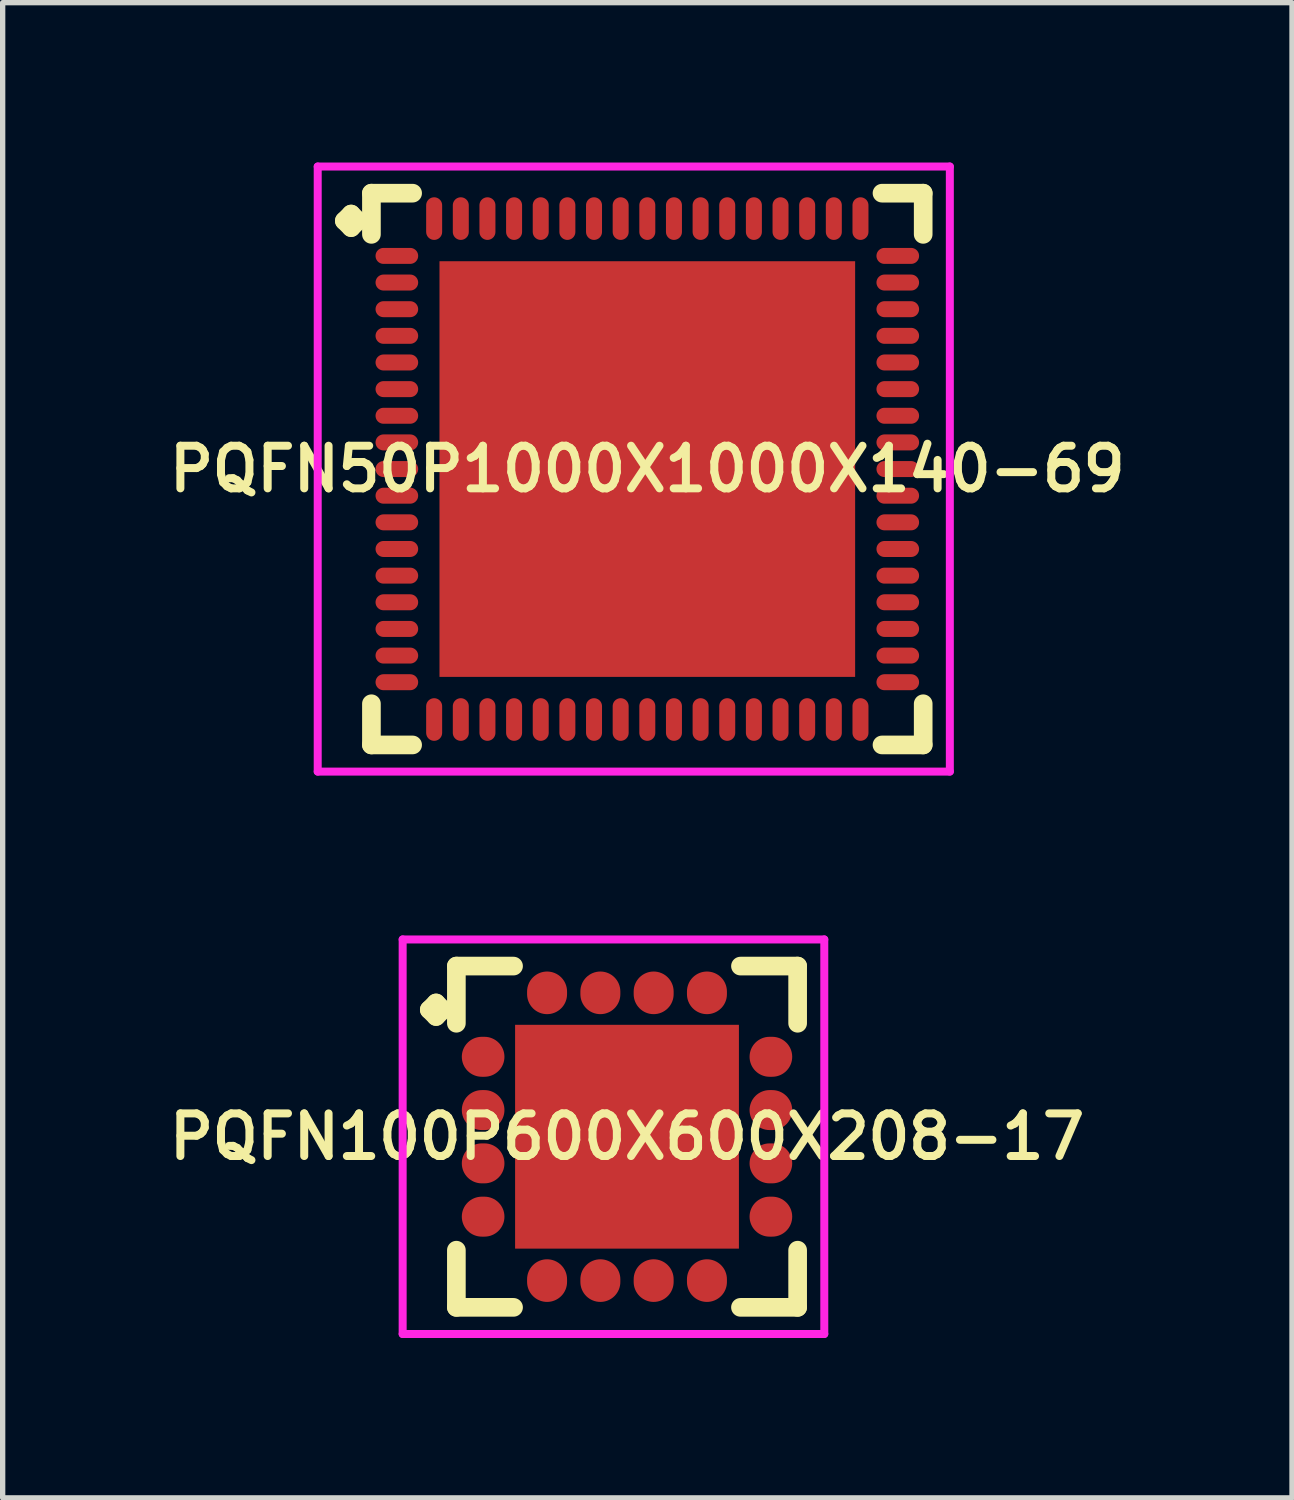
<source format=kicad_pcb>
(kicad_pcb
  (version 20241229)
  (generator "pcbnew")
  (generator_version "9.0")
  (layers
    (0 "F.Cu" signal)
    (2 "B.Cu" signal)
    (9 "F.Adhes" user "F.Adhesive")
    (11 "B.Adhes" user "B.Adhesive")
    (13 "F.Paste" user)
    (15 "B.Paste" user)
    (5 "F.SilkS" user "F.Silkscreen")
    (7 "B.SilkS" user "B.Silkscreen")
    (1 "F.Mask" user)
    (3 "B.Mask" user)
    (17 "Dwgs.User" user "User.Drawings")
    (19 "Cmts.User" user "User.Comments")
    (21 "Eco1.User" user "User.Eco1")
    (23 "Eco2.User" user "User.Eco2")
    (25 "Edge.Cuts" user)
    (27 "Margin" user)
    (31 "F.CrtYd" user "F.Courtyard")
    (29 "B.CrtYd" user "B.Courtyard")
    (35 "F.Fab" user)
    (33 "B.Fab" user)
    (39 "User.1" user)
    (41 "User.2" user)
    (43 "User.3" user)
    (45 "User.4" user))
  (footprint "PQFN100P600X600X208-17"
    (layer "F.Cu")
    (at 8.716 18.281)
    (property "Reference" "PQFN100P600X600X208-17" (at 0 0 0) (layer "F.SilkS") (effects (font (size 0.8 0.8) (thickness 0.15))))
    (attr smd)
    (fp_line (start -3.71 -2.383) (end -3.583 -2.51) (stroke (width 0.35) (type solid)) (layer "F.SilkS"))
    (fp_line (start -3.583 -2.51) (end -3.456 -2.383) (stroke (width 0.35) (type solid)) (layer "F.SilkS"))
    (fp_line (start -3.583 -2.256) (end -3.71 -2.383) (stroke (width 0.35) (type solid)) (layer "F.SilkS"))
    (fp_line (start -3.456 -2.383) (end -3.583 -2.256) (stroke (width 0.35) (type solid)) (layer "F.SilkS"))
    (fp_line (start -3.202 -3.202) (end -2.129 -3.202) (stroke (width 0.35) (type solid)) (layer "F.SilkS"))
    (fp_line (start -3.202 -2.129) (end -3.202 -3.202) (stroke (width 0.35) (type solid)) (layer "F.SilkS"))
    (fp_line (start -3.202 2.129) (end -3.202 3.202) (stroke (width 0.35) (type solid)) (layer "F.SilkS"))
    (fp_line (start -3.202 3.202) (end -2.129 3.202) (stroke (width 0.35) (type solid)) (layer "F.SilkS"))
    (fp_line (start 2.129 -3.202) (end 3.202 -3.202) (stroke (width 0.35) (type solid)) (layer "F.SilkS"))
    (fp_line (start 2.129 3.202) (end 3.202 3.202) (stroke (width 0.35) (type solid)) (layer "F.SilkS"))
    (fp_line (start 3.202 -3.202) (end 3.202 -2.129) (stroke (width 0.35) (type solid)) (layer "F.SilkS"))
    (fp_line (start 3.202 3.202) (end 3.202 2.129) (stroke (width 0.35) (type solid)) (layer "F.SilkS"))
    (fp_line (start -4.21 -3.702) (end 3.702 -3.702) (stroke (width 0.15) (type solid)) (layer "F.CrtYd"))
    (fp_line (start -4.21 3.702) (end -4.21 -3.702) (stroke (width 0.15) (type solid)) (layer "F.CrtYd"))
    (fp_line (start 3.702 -3.702) (end 3.702 3.702) (stroke (width 0.15) (type solid)) (layer "F.CrtYd"))
    (fp_line (start 3.702 3.702) (end -4.21 3.702) (stroke (width 0.15) (type solid)) (layer "F.CrtYd"))
    (pad "1" smd oval (at -2.7 -1.5) (size 0.8 0.75) (layers "F.Cu" "F.Mask" "F.Paste"))
    (pad "2" smd oval (at -2.7 -0.5) (size 0.8 0.75) (layers "F.Cu" "F.Mask" "F.Paste"))
    (pad "3" smd oval (at -2.7 0.5) (size 0.8 0.75) (layers "F.Cu" "F.Mask" "F.Paste"))
    (pad "4" smd oval (at -2.7 1.5) (size 0.8 0.75) (layers "F.Cu" "F.Mask" "F.Paste"))
    (pad "5" smd oval (at -1.5 2.7) (size 0.75 0.8) (layers "F.Cu" "F.Mask" "F.Paste"))
    (pad "6" smd oval (at -0.5 2.7) (size 0.75 0.8) (layers "F.Cu" "F.Mask" "F.Paste"))
    (pad "7" smd oval (at 0.5 2.7) (size 0.75 0.8) (layers "F.Cu" "F.Mask" "F.Paste"))
    (pad "8" smd oval (at 1.5 2.7) (size 0.75 0.8) (layers "F.Cu" "F.Mask" "F.Paste"))
    (pad "9" smd oval (at 2.7 1.5) (size 0.8 0.75) (layers "F.Cu" "F.Mask" "F.Paste"))
    (pad "10" smd oval (at 2.7 0.5) (size 0.8 0.75) (layers "F.Cu" "F.Mask" "F.Paste"))
    (pad "11" smd oval (at 2.7 -0.5) (size 0.8 0.75) (layers "F.Cu" "F.Mask" "F.Paste"))
    (pad "12" smd oval (at 2.7 -1.5) (size 0.8 0.75) (layers "F.Cu" "F.Mask" "F.Paste"))
    (pad "13" smd oval (at 1.5 -2.7) (size 0.75 0.8) (layers "F.Cu" "F.Mask" "F.Paste"))
    (pad "14" smd oval (at 0.5 -2.7) (size 0.75 0.8) (layers "F.Cu" "F.Mask" "F.Paste"))
    (pad "15" smd oval (at -0.5 -2.7) (size 0.75 0.8) (layers "F.Cu" "F.Mask" "F.Paste"))
    (pad "16" smd oval (at -1.5 -2.7) (size 0.75 0.8) (layers "F.Cu" "F.Mask" "F.Paste"))
    (pad "17" smd rect (at 0 0) (size 4.2 4.2) (layers "F.Cu" "F.Mask" "F.Paste")))
  (footprint "PQFN50P1000X1000X140-69"
    (layer "F.Cu")
    (at 9.097 5.752)
    (property "Reference" "PQFN50P1000X1000X140-69" (at 0 0 0) (layer "F.SilkS") (effects (font (size 0.8 0.8) (thickness 0.15))))
    (attr smd)
    (fp_line (start -5.685 -4.658) (end -5.558 -4.785) (stroke (width 0.35) (type solid)) (layer "F.SilkS"))
    (fp_line (start -5.558 -4.785) (end -5.431 -4.658) (stroke (width 0.35) (type solid)) (layer "F.SilkS"))
    (fp_line (start -5.558 -4.531) (end -5.685 -4.658) (stroke (width 0.35) (type solid)) (layer "F.SilkS"))
    (fp_line (start -5.431 -4.658) (end -5.558 -4.531) (stroke (width 0.35) (type solid)) (layer "F.SilkS"))
    (fp_line (start -5.177 -5.177) (end -4.404 -5.177) (stroke (width 0.35) (type solid)) (layer "F.SilkS"))
    (fp_line (start -5.177 -4.404) (end -5.177 -5.177) (stroke (width 0.35) (type solid)) (layer "F.SilkS"))
    (fp_line (start -5.177 4.404) (end -5.177 5.177) (stroke (width 0.35) (type solid)) (layer "F.SilkS"))
    (fp_line (start -5.177 5.177) (end -4.404 5.177) (stroke (width 0.35) (type solid)) (layer "F.SilkS"))
    (fp_line (start 4.404 -5.177) (end 5.177 -5.177) (stroke (width 0.35) (type solid)) (layer "F.SilkS"))
    (fp_line (start 4.404 5.177) (end 5.177 5.177) (stroke (width 0.35) (type solid)) (layer "F.SilkS"))
    (fp_line (start 5.177 -5.177) (end 5.177 -4.404) (stroke (width 0.35) (type solid)) (layer "F.SilkS"))
    (fp_line (start 5.177 5.177) (end 5.177 4.404) (stroke (width 0.35) (type solid)) (layer "F.SilkS"))
    (fp_line (start -6.185 -5.677) (end 5.677 -5.677) (stroke (width 0.15) (type solid)) (layer "F.CrtYd"))
    (fp_line (start -6.185 5.677) (end -6.185 -5.677) (stroke (width 0.15) (type solid)) (layer "F.CrtYd"))
    (fp_line (start 5.677 -5.677) (end 5.677 5.677) (stroke (width 0.15) (type solid)) (layer "F.CrtYd"))
    (fp_line (start 5.677 5.677) (end -6.185 5.677) (stroke (width 0.15) (type solid)) (layer "F.CrtYd"))
    (pad "1" smd oval (at -4.7 -4) (size 0.8 0.3) (layers "F.Cu" "F.Mask" "F.Paste"))
    (pad "2" smd oval (at -4.7 -3.5) (size 0.8 0.3) (layers "F.Cu" "F.Mask" "F.Paste"))
    (pad "3" smd oval (at -4.7 -3) (size 0.8 0.3) (layers "F.Cu" "F.Mask" "F.Paste"))
    (pad "4" smd oval (at -4.7 -2.5) (size 0.8 0.3) (layers "F.Cu" "F.Mask" "F.Paste"))
    (pad "5" smd oval (at -4.7 -2) (size 0.8 0.3) (layers "F.Cu" "F.Mask" "F.Paste"))
    (pad "6" smd oval (at -4.7 -1.5) (size 0.8 0.3) (layers "F.Cu" "F.Mask" "F.Paste"))
    (pad "7" smd oval (at -4.7 -1) (size 0.8 0.3) (layers "F.Cu" "F.Mask" "F.Paste"))
    (pad "8" smd oval (at -4.7 -0.5) (size 0.8 0.3) (layers "F.Cu" "F.Mask" "F.Paste"))
    (pad "9" smd oval (at -4.7 0) (size 0.8 0.3) (layers "F.Cu" "F.Mask" "F.Paste"))
    (pad "10" smd oval (at -4.7 0.5) (size 0.8 0.3) (layers "F.Cu" "F.Mask" "F.Paste"))
    (pad "11" smd oval (at -4.7 1) (size 0.8 0.3) (layers "F.Cu" "F.Mask" "F.Paste"))
    (pad "12" smd oval (at -4.7 1.5) (size 0.8 0.3) (layers "F.Cu" "F.Mask" "F.Paste"))
    (pad "13" smd oval (at -4.7 2) (size 0.8 0.3) (layers "F.Cu" "F.Mask" "F.Paste"))
    (pad "14" smd oval (at -4.7 2.5) (size 0.8 0.3) (layers "F.Cu" "F.Mask" "F.Paste"))
    (pad "15" smd oval (at -4.7 3) (size 0.8 0.3) (layers "F.Cu" "F.Mask" "F.Paste"))
    (pad "16" smd oval (at -4.7 3.5) (size 0.8 0.3) (layers "F.Cu" "F.Mask" "F.Paste"))
    (pad "17" smd oval (at -4.7 4) (size 0.8 0.3) (layers "F.Cu" "F.Mask" "F.Paste"))
    (pad "18" smd oval (at -4 4.7) (size 0.3 0.8) (layers "F.Cu" "F.Mask" "F.Paste"))
    (pad "19" smd oval (at -3.5 4.7) (size 0.3 0.8) (layers "F.Cu" "F.Mask" "F.Paste"))
    (pad "20" smd oval (at -3 4.7) (size 0.3 0.8) (layers "F.Cu" "F.Mask" "F.Paste"))
    (pad "21" smd oval (at -2.5 4.7) (size 0.3 0.8) (layers "F.Cu" "F.Mask" "F.Paste"))
    (pad "22" smd oval (at -2 4.7) (size 0.3 0.8) (layers "F.Cu" "F.Mask" "F.Paste"))
    (pad "23" smd oval (at -1.5 4.7) (size 0.3 0.8) (layers "F.Cu" "F.Mask" "F.Paste"))
    (pad "24" smd oval (at -1 4.7) (size 0.3 0.8) (layers "F.Cu" "F.Mask" "F.Paste"))
    (pad "25" smd oval (at -0.5 4.7) (size 0.3 0.8) (layers "F.Cu" "F.Mask" "F.Paste"))
    (pad "26" smd oval (at 0 4.7) (size 0.3 0.8) (layers "F.Cu" "F.Mask" "F.Paste"))
    (pad "27" smd oval (at 0.5 4.7) (size 0.3 0.8) (layers "F.Cu" "F.Mask" "F.Paste"))
    (pad "28" smd oval (at 1 4.7) (size 0.3 0.8) (layers "F.Cu" "F.Mask" "F.Paste"))
    (pad "29" smd oval (at 1.5 4.7) (size 0.3 0.8) (layers "F.Cu" "F.Mask" "F.Paste"))
    (pad "30" smd oval (at 2 4.7) (size 0.3 0.8) (layers "F.Cu" "F.Mask" "F.Paste"))
    (pad "31" smd oval (at 2.5 4.7) (size 0.3 0.8) (layers "F.Cu" "F.Mask" "F.Paste"))
    (pad "32" smd oval (at 3 4.7) (size 0.3 0.8) (layers "F.Cu" "F.Mask" "F.Paste"))
    (pad "33" smd oval (at 3.5 4.7) (size 0.3 0.8) (layers "F.Cu" "F.Mask" "F.Paste"))
    (pad "34" smd oval (at 4 4.7) (size 0.3 0.8) (layers "F.Cu" "F.Mask" "F.Paste"))
    (pad "35" smd oval (at 4.7 4) (size 0.8 0.3) (layers "F.Cu" "F.Mask" "F.Paste"))
    (pad "36" smd oval (at 4.7 3.5) (size 0.8 0.3) (layers "F.Cu" "F.Mask" "F.Paste"))
    (pad "37" smd oval (at 4.7 3) (size 0.8 0.3) (layers "F.Cu" "F.Mask" "F.Paste"))
    (pad "38" smd oval (at 4.7 2.5) (size 0.8 0.3) (layers "F.Cu" "F.Mask" "F.Paste"))
    (pad "39" smd oval (at 4.7 2) (size 0.8 0.3) (layers "F.Cu" "F.Mask" "F.Paste"))
    (pad "40" smd oval (at 4.7 1.5) (size 0.8 0.3) (layers "F.Cu" "F.Mask" "F.Paste"))
    (pad "41" smd oval (at 4.7 1) (size 0.8 0.3) (layers "F.Cu" "F.Mask" "F.Paste"))
    (pad "42" smd oval (at 4.7 0.5) (size 0.8 0.3) (layers "F.Cu" "F.Mask" "F.Paste"))
    (pad "43" smd oval (at 4.7 0) (size 0.8 0.3) (layers "F.Cu" "F.Mask" "F.Paste"))
    (pad "44" smd oval (at 4.7 -0.5) (size 0.8 0.3) (layers "F.Cu" "F.Mask" "F.Paste"))
    (pad "45" smd oval (at 4.7 -1) (size 0.8 0.3) (layers "F.Cu" "F.Mask" "F.Paste"))
    (pad "46" smd oval (at 4.7 -1.5) (size 0.8 0.3) (layers "F.Cu" "F.Mask" "F.Paste"))
    (pad "47" smd oval (at 4.7 -2) (size 0.8 0.3) (layers "F.Cu" "F.Mask" "F.Paste"))
    (pad "48" smd oval (at 4.7 -2.5) (size 0.8 0.3) (layers "F.Cu" "F.Mask" "F.Paste"))
    (pad "49" smd oval (at 4.7 -3) (size 0.8 0.3) (layers "F.Cu" "F.Mask" "F.Paste"))
    (pad "50" smd oval (at 4.7 -3.5) (size 0.8 0.3) (layers "F.Cu" "F.Mask" "F.Paste"))
    (pad "51" smd oval (at 4.7 -4) (size 0.8 0.3) (layers "F.Cu" "F.Mask" "F.Paste"))
    (pad "52" smd oval (at 4 -4.7) (size 0.3 0.8) (layers "F.Cu" "F.Mask" "F.Paste"))
    (pad "53" smd oval (at 3.5 -4.7) (size 0.3 0.8) (layers "F.Cu" "F.Mask" "F.Paste"))
    (pad "54" smd oval (at 3 -4.7) (size 0.3 0.8) (layers "F.Cu" "F.Mask" "F.Paste"))
    (pad "55" smd oval (at 2.5 -4.7) (size 0.3 0.8) (layers "F.Cu" "F.Mask" "F.Paste"))
    (pad "56" smd oval (at 2 -4.7) (size 0.3 0.8) (layers "F.Cu" "F.Mask" "F.Paste"))
    (pad "57" smd oval (at 1.5 -4.7) (size 0.3 0.8) (layers "F.Cu" "F.Mask" "F.Paste"))
    (pad "58" smd oval (at 1 -4.7) (size 0.3 0.8) (layers "F.Cu" "F.Mask" "F.Paste"))
    (pad "59" smd oval (at 0.5 -4.7) (size 0.3 0.8) (layers "F.Cu" "F.Mask" "F.Paste"))
    (pad "60" smd oval (at 0 -4.7) (size 0.3 0.8) (layers "F.Cu" "F.Mask" "F.Paste"))
    (pad "61" smd oval (at -0.5 -4.7) (size 0.3 0.8) (layers "F.Cu" "F.Mask" "F.Paste"))
    (pad "62" smd oval (at -1 -4.7) (size 0.3 0.8) (layers "F.Cu" "F.Mask" "F.Paste"))
    (pad "63" smd oval (at -1.5 -4.7) (size 0.3 0.8) (layers "F.Cu" "F.Mask" "F.Paste"))
    (pad "64" smd oval (at -2 -4.7) (size 0.3 0.8) (layers "F.Cu" "F.Mask" "F.Paste"))
    (pad "65" smd oval (at -2.5 -4.7) (size 0.3 0.8) (layers "F.Cu" "F.Mask" "F.Paste"))
    (pad "66" smd oval (at -3 -4.7) (size 0.3 0.8) (layers "F.Cu" "F.Mask" "F.Paste"))
    (pad "67" smd oval (at -3.5 -4.7) (size 0.3 0.8) (layers "F.Cu" "F.Mask" "F.Paste"))
    (pad "68" smd oval (at -4 -4.7) (size 0.3 0.8) (layers "F.Cu" "F.Mask" "F.Paste"))
    (pad "69" smd rect (at 0 0) (size 7.8 7.8) (layers "F.Cu" "F.Mask" "F.Paste")))
  (gr_rect
    (start -3 -3)
    (end 21.195 25.058)
    (stroke (width 0.1) (type default))
    (fill no)
    (layer "Edge.Cuts")))
</source>
